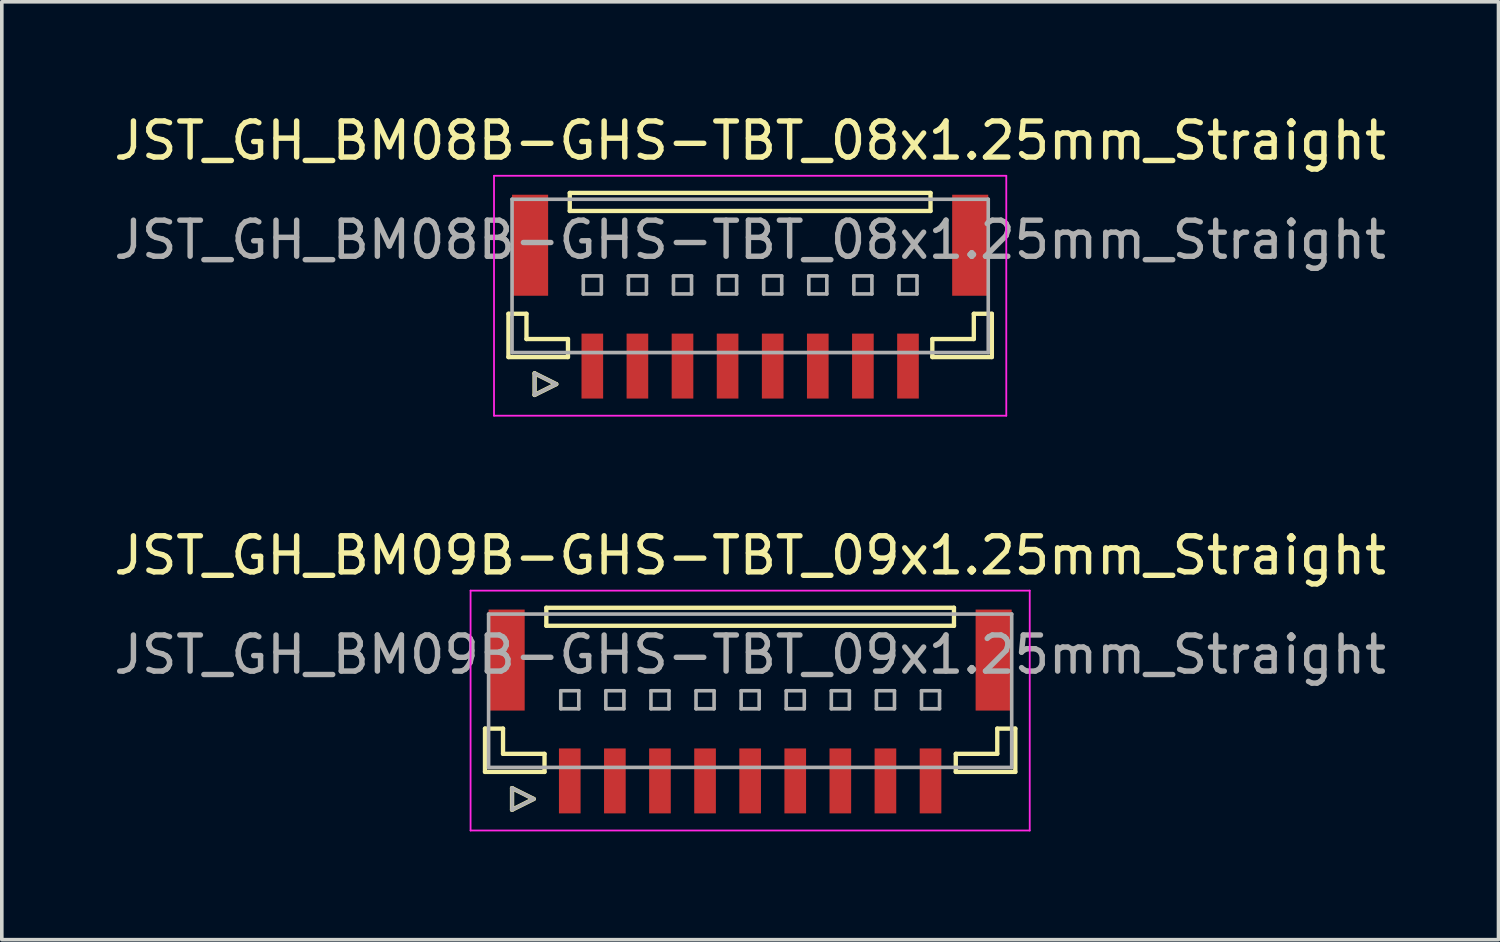
<source format=kicad_pcb>
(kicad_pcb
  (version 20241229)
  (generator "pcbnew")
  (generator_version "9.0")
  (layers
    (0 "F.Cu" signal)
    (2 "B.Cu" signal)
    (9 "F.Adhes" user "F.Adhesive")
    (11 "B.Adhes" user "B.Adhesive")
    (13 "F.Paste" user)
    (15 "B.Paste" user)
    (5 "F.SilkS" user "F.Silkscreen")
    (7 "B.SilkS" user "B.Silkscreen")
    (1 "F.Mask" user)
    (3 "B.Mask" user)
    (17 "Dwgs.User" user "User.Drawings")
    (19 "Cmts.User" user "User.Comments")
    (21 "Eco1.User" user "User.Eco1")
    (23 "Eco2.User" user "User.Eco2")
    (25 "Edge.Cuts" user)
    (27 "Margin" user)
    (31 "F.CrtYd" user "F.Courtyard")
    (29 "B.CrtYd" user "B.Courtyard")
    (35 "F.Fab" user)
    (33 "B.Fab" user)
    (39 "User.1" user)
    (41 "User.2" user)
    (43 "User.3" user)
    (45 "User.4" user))
  (footprint "JST_GH_BM09B-GHS-TBT_09x1.25mm_Straight"
    (layer "F.Cu")
    (at 17.744 16.922)
    (property "Reference" "JST_GH_BM09B-GHS-TBT_09x1.25mm_Straight" (at 0 -4.575 0) (layer "F.SilkS") (effects (font (size 1 1) (thickness 0.15))))
    (attr smd)
    (fp_line (start -7.35 0.225) (end -7.35 1.425) (stroke (width 0.12) (type solid)) (layer "F.SilkS"))
    (fp_line (start -7.35 1.425) (end -5.7 1.425) (stroke (width 0.12) (type solid)) (layer "F.SilkS"))
    (fp_line (start -6.85 0.225) (end -7.35 0.225) (stroke (width 0.12) (type solid)) (layer "F.SilkS"))
    (fp_line (start -6.85 0.925) (end -6.85 0.225) (stroke (width 0.12) (type solid)) (layer "F.SilkS"))
    (fp_line (start -6.6 1.875) (end -6 2.175) (stroke (width 0.12) (type solid)) (layer "F.SilkS"))
    (fp_line (start -6.6 2.475) (end -6.6 1.875) (stroke (width 0.12) (type solid)) (layer "F.SilkS"))
    (fp_line (start -6 2.175) (end -6.6 2.475) (stroke (width 0.12) (type solid)) (layer "F.SilkS"))
    (fp_line (start -5.7 0.925) (end -6.85 0.925) (stroke (width 0.12) (type solid)) (layer "F.SilkS"))
    (fp_line (start -5.7 1.425) (end -5.7 0.925) (stroke (width 0.12) (type solid)) (layer "F.SilkS"))
    (fp_line (start -5.65 -3.125) (end 5.65 -3.125) (stroke (width 0.12) (type solid)) (layer "F.SilkS"))
    (fp_line (start -5.65 -2.625) (end -5.65 -3.125) (stroke (width 0.12) (type solid)) (layer "F.SilkS"))
    (fp_line (start 5.65 -3.125) (end 5.65 -2.625) (stroke (width 0.12) (type solid)) (layer "F.SilkS"))
    (fp_line (start 5.65 -2.625) (end -5.65 -2.625) (stroke (width 0.12) (type solid)) (layer "F.SilkS"))
    (fp_line (start 5.7 0.925) (end 6.85 0.925) (stroke (width 0.12) (type solid)) (layer "F.SilkS"))
    (fp_line (start 5.7 1.425) (end 5.7 0.925) (stroke (width 0.12) (type solid)) (layer "F.SilkS"))
    (fp_line (start 6.85 0.225) (end 7.35 0.225) (stroke (width 0.12) (type solid)) (layer "F.SilkS"))
    (fp_line (start 6.85 0.925) (end 6.85 0.225) (stroke (width 0.12) (type solid)) (layer "F.SilkS"))
    (fp_line (start 7.35 0.225) (end 7.35 1.425) (stroke (width 0.12) (type solid)) (layer "F.SilkS"))
    (fp_line (start 7.35 1.425) (end 5.7 1.425) (stroke (width 0.12) (type solid)) (layer "F.SilkS"))
    (fp_line (start -7.75 -3.6) (end 7.75 -3.6) (stroke (width 0.05) (type solid)) (layer "F.CrtYd"))
    (fp_line (start -7.75 3.05) (end -7.75 -3.6) (stroke (width 0.05) (type solid)) (layer "F.CrtYd"))
    (fp_line (start 7.75 -3.6) (end 7.75 3.05) (stroke (width 0.05) (type solid)) (layer "F.CrtYd"))
    (fp_line (start 7.75 3.05) (end -7.75 3.05) (stroke (width 0.05) (type solid)) (layer "F.CrtYd"))
    (fp_line (start -7.25 -2.95) (end 7.25 -2.95) (stroke (width 0.1) (type solid)) (layer "F.Fab"))
    (fp_line (start -7.25 1.3) (end -7.25 -2.95) (stroke (width 0.1) (type solid)) (layer "F.Fab"))
    (fp_line (start -6.6 1.875) (end -6 2.175) (stroke (width 0.1) (type solid)) (layer "F.Fab"))
    (fp_line (start -6.6 2.475) (end -6.6 1.875) (stroke (width 0.1) (type solid)) (layer "F.Fab"))
    (fp_line (start -6 2.175) (end -6.6 2.475) (stroke (width 0.1) (type solid)) (layer "F.Fab"))
    (fp_line (start -5.25 -0.825) (end -4.75 -0.825) (stroke (width 0.1) (type solid)) (layer "F.Fab"))
    (fp_line (start -5.25 -0.325) (end -5.25 -0.825) (stroke (width 0.1) (type solid)) (layer "F.Fab"))
    (fp_line (start -4.75 -0.825) (end -4.75 -0.325) (stroke (width 0.1) (type solid)) (layer "F.Fab"))
    (fp_line (start -4.75 -0.325) (end -5.25 -0.325) (stroke (width 0.1) (type solid)) (layer "F.Fab"))
    (fp_line (start -4 -0.825) (end -3.5 -0.825) (stroke (width 0.1) (type solid)) (layer "F.Fab"))
    (fp_line (start -4 -0.325) (end -4 -0.825) (stroke (width 0.1) (type solid)) (layer "F.Fab"))
    (fp_line (start -3.5 -0.825) (end -3.5 -0.325) (stroke (width 0.1) (type solid)) (layer "F.Fab"))
    (fp_line (start -3.5 -0.325) (end -4 -0.325) (stroke (width 0.1) (type solid)) (layer "F.Fab"))
    (fp_line (start -2.75 -0.825) (end -2.25 -0.825) (stroke (width 0.1) (type solid)) (layer "F.Fab"))
    (fp_line (start -2.75 -0.325) (end -2.75 -0.825) (stroke (width 0.1) (type solid)) (layer "F.Fab"))
    (fp_line (start -2.25 -0.825) (end -2.25 -0.325) (stroke (width 0.1) (type solid)) (layer "F.Fab"))
    (fp_line (start -2.25 -0.325) (end -2.75 -0.325) (stroke (width 0.1) (type solid)) (layer "F.Fab"))
    (fp_line (start -1.5 -0.825) (end -1 -0.825) (stroke (width 0.1) (type solid)) (layer "F.Fab"))
    (fp_line (start -1.5 -0.325) (end -1.5 -0.825) (stroke (width 0.1) (type solid)) (layer "F.Fab"))
    (fp_line (start -1 -0.825) (end -1 -0.325) (stroke (width 0.1) (type solid)) (layer "F.Fab"))
    (fp_line (start -1 -0.325) (end -1.5 -0.325) (stroke (width 0.1) (type solid)) (layer "F.Fab"))
    (fp_line (start -0.25 -0.825) (end 0.25 -0.825) (stroke (width 0.1) (type solid)) (layer "F.Fab"))
    (fp_line (start -0.25 -0.325) (end -0.25 -0.825) (stroke (width 0.1) (type solid)) (layer "F.Fab"))
    (fp_line (start 0.25 -0.825) (end 0.25 -0.325) (stroke (width 0.1) (type solid)) (layer "F.Fab"))
    (fp_line (start 0.25 -0.325) (end -0.25 -0.325) (stroke (width 0.1) (type solid)) (layer "F.Fab"))
    (fp_line (start 1 -0.825) (end 1.5 -0.825) (stroke (width 0.1) (type solid)) (layer "F.Fab"))
    (fp_line (start 1 -0.325) (end 1 -0.825) (stroke (width 0.1) (type solid)) (layer "F.Fab"))
    (fp_line (start 1.5 -0.825) (end 1.5 -0.325) (stroke (width 0.1) (type solid)) (layer "F.Fab"))
    (fp_line (start 1.5 -0.325) (end 1 -0.325) (stroke (width 0.1) (type solid)) (layer "F.Fab"))
    (fp_line (start 2.25 -0.825) (end 2.75 -0.825) (stroke (width 0.1) (type solid)) (layer "F.Fab"))
    (fp_line (start 2.25 -0.325) (end 2.25 -0.825) (stroke (width 0.1) (type solid)) (layer "F.Fab"))
    (fp_line (start 2.75 -0.825) (end 2.75 -0.325) (stroke (width 0.1) (type solid)) (layer "F.Fab"))
    (fp_line (start 2.75 -0.325) (end 2.25 -0.325) (stroke (width 0.1) (type solid)) (layer "F.Fab"))
    (fp_line (start 3.5 -0.825) (end 4 -0.825) (stroke (width 0.1) (type solid)) (layer "F.Fab"))
    (fp_line (start 3.5 -0.325) (end 3.5 -0.825) (stroke (width 0.1) (type solid)) (layer "F.Fab"))
    (fp_line (start 4 -0.825) (end 4 -0.325) (stroke (width 0.1) (type solid)) (layer "F.Fab"))
    (fp_line (start 4 -0.325) (end 3.5 -0.325) (stroke (width 0.1) (type solid)) (layer "F.Fab"))
    (fp_line (start 4.75 -0.825) (end 5.25 -0.825) (stroke (width 0.1) (type solid)) (layer "F.Fab"))
    (fp_line (start 4.75 -0.325) (end 4.75 -0.825) (stroke (width 0.1) (type solid)) (layer "F.Fab"))
    (fp_line (start 5.25 -0.825) (end 5.25 -0.325) (stroke (width 0.1) (type solid)) (layer "F.Fab"))
    (fp_line (start 5.25 -0.325) (end 4.75 -0.325) (stroke (width 0.1) (type solid)) (layer "F.Fab"))
    (fp_line (start 7.25 -2.95) (end 7.25 1.3) (stroke (width 0.1) (type solid)) (layer "F.Fab"))
    (fp_line (start 7.25 1.3) (end -7.25 1.3) (stroke (width 0.1) (type solid)) (layer "F.Fab"))
    (fp_text user "${REFERENCE}" (at 0 -1.825 0) (layer "F.Fab") (effects (font (size 1 1) (thickness 0.15))))
    (pad "" smd rect (at -6.75 -1.675) (size 1 2.8) (layers "F.Cu" "F.Mask" "F.Paste"))
    (pad "" smd rect (at 6.75 -1.675) (size 1 2.8) (layers "F.Cu" "F.Mask" "F.Paste"))
    (pad "1" smd rect (at -5 1.675) (size 0.6 1.8) (layers "F.Cu" "F.Mask" "F.Paste"))
    (pad "2" smd rect (at -3.75 1.675) (size 0.6 1.8) (layers "F.Cu" "F.Mask" "F.Paste"))
    (pad "3" smd rect (at -2.5 1.675) (size 0.6 1.8) (layers "F.Cu" "F.Mask" "F.Paste"))
    (pad "4" smd rect (at -1.25 1.675) (size 0.6 1.8) (layers "F.Cu" "F.Mask" "F.Paste"))
    (pad "5" smd rect (at 0 1.675) (size 0.6 1.8) (layers "F.Cu" "F.Mask" "F.Paste"))
    (pad "6" smd rect (at 1.25 1.675) (size 0.6 1.8) (layers "F.Cu" "F.Mask" "F.Paste"))
    (pad "7" smd rect (at 2.5 1.675) (size 0.6 1.8) (layers "F.Cu" "F.Mask" "F.Paste"))
    (pad "8" smd rect (at 3.75 1.675) (size 0.6 1.8) (layers "F.Cu" "F.Mask" "F.Paste"))
    (pad "9" smd rect (at 5 1.675) (size 0.6 1.8) (layers "F.Cu" "F.Mask" "F.Paste")))
  (footprint "JST_GH_BM08B-GHS-TBT_08x1.25mm_Straight"
    (layer "F.Cu")
    (at 17.744 5.423)
    (property "Reference" "JST_GH_BM08B-GHS-TBT_08x1.25mm_Straight" (at 0 -4.575 0) (layer "F.SilkS") (effects (font (size 1 1) (thickness 0.15))))
    (attr smd)
    (fp_line (start -6.7 0.225) (end -6.7 1.425) (stroke (width 0.12) (type solid)) (layer "F.SilkS"))
    (fp_line (start -6.7 1.425) (end -5.05 1.425) (stroke (width 0.12) (type solid)) (layer "F.SilkS"))
    (fp_line (start -6.2 0.225) (end -6.7 0.225) (stroke (width 0.12) (type solid)) (layer "F.SilkS"))
    (fp_line (start -6.2 0.925) (end -6.2 0.225) (stroke (width 0.12) (type solid)) (layer "F.SilkS"))
    (fp_line (start -5.975 1.875) (end -5.375 2.175) (stroke (width 0.12) (type solid)) (layer "F.SilkS"))
    (fp_line (start -5.975 2.475) (end -5.975 1.875) (stroke (width 0.12) (type solid)) (layer "F.SilkS"))
    (fp_line (start -5.375 2.175) (end -5.975 2.475) (stroke (width 0.12) (type solid)) (layer "F.SilkS"))
    (fp_line (start -5.05 0.925) (end -6.2 0.925) (stroke (width 0.12) (type solid)) (layer "F.SilkS"))
    (fp_line (start -5.05 1.425) (end -5.05 0.925) (stroke (width 0.12) (type solid)) (layer "F.SilkS"))
    (fp_line (start -5 -3.125) (end 5 -3.125) (stroke (width 0.12) (type solid)) (layer "F.SilkS"))
    (fp_line (start -5 -2.625) (end -5 -3.125) (stroke (width 0.12) (type solid)) (layer "F.SilkS"))
    (fp_line (start 5 -3.125) (end 5 -2.625) (stroke (width 0.12) (type solid)) (layer "F.SilkS"))
    (fp_line (start 5 -2.625) (end -5 -2.625) (stroke (width 0.12) (type solid)) (layer "F.SilkS"))
    (fp_line (start 5.05 0.925) (end 6.2 0.925) (stroke (width 0.12) (type solid)) (layer "F.SilkS"))
    (fp_line (start 5.05 1.425) (end 5.05 0.925) (stroke (width 0.12) (type solid)) (layer "F.SilkS"))
    (fp_line (start 6.2 0.225) (end 6.7 0.225) (stroke (width 0.12) (type solid)) (layer "F.SilkS"))
    (fp_line (start 6.2 0.925) (end 6.2 0.225) (stroke (width 0.12) (type solid)) (layer "F.SilkS"))
    (fp_line (start 6.7 0.225) (end 6.7 1.425) (stroke (width 0.12) (type solid)) (layer "F.SilkS"))
    (fp_line (start 6.7 1.425) (end 5.05 1.425) (stroke (width 0.12) (type solid)) (layer "F.SilkS"))
    (fp_line (start -7.1 -3.6) (end 7.1 -3.6) (stroke (width 0.05) (type solid)) (layer "F.CrtYd"))
    (fp_line (start -7.1 3.05) (end -7.1 -3.6) (stroke (width 0.05) (type solid)) (layer "F.CrtYd"))
    (fp_line (start 7.1 -3.6) (end 7.1 3.05) (stroke (width 0.05) (type solid)) (layer "F.CrtYd"))
    (fp_line (start 7.1 3.05) (end -7.1 3.05) (stroke (width 0.05) (type solid)) (layer "F.CrtYd"))
    (fp_line (start -6.6 -2.95) (end 6.6 -2.95) (stroke (width 0.1) (type solid)) (layer "F.Fab"))
    (fp_line (start -6.6 1.3) (end -6.6 -2.95) (stroke (width 0.1) (type solid)) (layer "F.Fab"))
    (fp_line (start -5.975 1.875) (end -5.375 2.175) (stroke (width 0.1) (type solid)) (layer "F.Fab"))
    (fp_line (start -5.975 2.475) (end -5.975 1.875) (stroke (width 0.1) (type solid)) (layer "F.Fab"))
    (fp_line (start -5.375 2.175) (end -5.975 2.475) (stroke (width 0.1) (type solid)) (layer "F.Fab"))
    (fp_line (start -4.625 -0.825) (end -4.125 -0.825) (stroke (width 0.1) (type solid)) (layer "F.Fab"))
    (fp_line (start -4.625 -0.325) (end -4.625 -0.825) (stroke (width 0.1) (type solid)) (layer "F.Fab"))
    (fp_line (start -4.125 -0.825) (end -4.125 -0.325) (stroke (width 0.1) (type solid)) (layer "F.Fab"))
    (fp_line (start -4.125 -0.325) (end -4.625 -0.325) (stroke (width 0.1) (type solid)) (layer "F.Fab"))
    (fp_line (start -3.375 -0.825) (end -2.875 -0.825) (stroke (width 0.1) (type solid)) (layer "F.Fab"))
    (fp_line (start -3.375 -0.325) (end -3.375 -0.825) (stroke (width 0.1) (type solid)) (layer "F.Fab"))
    (fp_line (start -2.875 -0.825) (end -2.875 -0.325) (stroke (width 0.1) (type solid)) (layer "F.Fab"))
    (fp_line (start -2.875 -0.325) (end -3.375 -0.325) (stroke (width 0.1) (type solid)) (layer "F.Fab"))
    (fp_line (start -2.125 -0.825) (end -1.625 -0.825) (stroke (width 0.1) (type solid)) (layer "F.Fab"))
    (fp_line (start -2.125 -0.325) (end -2.125 -0.825) (stroke (width 0.1) (type solid)) (layer "F.Fab"))
    (fp_line (start -1.625 -0.825) (end -1.625 -0.325) (stroke (width 0.1) (type solid)) (layer "F.Fab"))
    (fp_line (start -1.625 -0.325) (end -2.125 -0.325) (stroke (width 0.1) (type solid)) (layer "F.Fab"))
    (fp_line (start -0.875 -0.825) (end -0.375 -0.825) (stroke (width 0.1) (type solid)) (layer "F.Fab"))
    (fp_line (start -0.875 -0.325) (end -0.875 -0.825) (stroke (width 0.1) (type solid)) (layer "F.Fab"))
    (fp_line (start -0.375 -0.825) (end -0.375 -0.325) (stroke (width 0.1) (type solid)) (layer "F.Fab"))
    (fp_line (start -0.375 -0.325) (end -0.875 -0.325) (stroke (width 0.1) (type solid)) (layer "F.Fab"))
    (fp_line (start 0.375 -0.825) (end 0.875 -0.825) (stroke (width 0.1) (type solid)) (layer "F.Fab"))
    (fp_line (start 0.375 -0.325) (end 0.375 -0.825) (stroke (width 0.1) (type solid)) (layer "F.Fab"))
    (fp_line (start 0.875 -0.825) (end 0.875 -0.325) (stroke (width 0.1) (type solid)) (layer "F.Fab"))
    (fp_line (start 0.875 -0.325) (end 0.375 -0.325) (stroke (width 0.1) (type solid)) (layer "F.Fab"))
    (fp_line (start 1.625 -0.825) (end 2.125 -0.825) (stroke (width 0.1) (type solid)) (layer "F.Fab"))
    (fp_line (start 1.625 -0.325) (end 1.625 -0.825) (stroke (width 0.1) (type solid)) (layer "F.Fab"))
    (fp_line (start 2.125 -0.825) (end 2.125 -0.325) (stroke (width 0.1) (type solid)) (layer "F.Fab"))
    (fp_line (start 2.125 -0.325) (end 1.625 -0.325) (stroke (width 0.1) (type solid)) (layer "F.Fab"))
    (fp_line (start 2.875 -0.825) (end 3.375 -0.825) (stroke (width 0.1) (type solid)) (layer "F.Fab"))
    (fp_line (start 2.875 -0.325) (end 2.875 -0.825) (stroke (width 0.1) (type solid)) (layer "F.Fab"))
    (fp_line (start 3.375 -0.825) (end 3.375 -0.325) (stroke (width 0.1) (type solid)) (layer "F.Fab"))
    (fp_line (start 3.375 -0.325) (end 2.875 -0.325) (stroke (width 0.1) (type solid)) (layer "F.Fab"))
    (fp_line (start 4.125 -0.825) (end 4.625 -0.825) (stroke (width 0.1) (type solid)) (layer "F.Fab"))
    (fp_line (start 4.125 -0.325) (end 4.125 -0.825) (stroke (width 0.1) (type solid)) (layer "F.Fab"))
    (fp_line (start 4.625 -0.825) (end 4.625 -0.325) (stroke (width 0.1) (type solid)) (layer "F.Fab"))
    (fp_line (start 4.625 -0.325) (end 4.125 -0.325) (stroke (width 0.1) (type solid)) (layer "F.Fab"))
    (fp_line (start 6.6 -2.95) (end 6.6 1.3) (stroke (width 0.1) (type solid)) (layer "F.Fab"))
    (fp_line (start 6.6 1.3) (end -6.6 1.3) (stroke (width 0.1) (type solid)) (layer "F.Fab"))
    (fp_text user "${REFERENCE}" (at 0 -1.825 0) (layer "F.Fab") (effects (font (size 1 1) (thickness 0.15))))
    (pad "" smd rect (at -6.1 -1.675) (size 1 2.8) (layers "F.Cu" "F.Mask" "F.Paste"))
    (pad "" smd rect (at 6.1 -1.675) (size 1 2.8) (layers "F.Cu" "F.Mask" "F.Paste"))
    (pad "1" smd rect (at -4.375 1.675) (size 0.6 1.8) (layers "F.Cu" "F.Mask" "F.Paste"))
    (pad "2" smd rect (at -3.125 1.675) (size 0.6 1.8) (layers "F.Cu" "F.Mask" "F.Paste"))
    (pad "3" smd rect (at -1.875 1.675) (size 0.6 1.8) (layers "F.Cu" "F.Mask" "F.Paste"))
    (pad "4" smd rect (at -0.625 1.675) (size 0.6 1.8) (layers "F.Cu" "F.Mask" "F.Paste"))
    (pad "5" smd rect (at 0.625 1.675) (size 0.6 1.8) (layers "F.Cu" "F.Mask" "F.Paste"))
    (pad "6" smd rect (at 1.875 1.675) (size 0.6 1.8) (layers "F.Cu" "F.Mask" "F.Paste"))
    (pad "7" smd rect (at 3.125 1.675) (size 0.6 1.8) (layers "F.Cu" "F.Mask" "F.Paste"))
    (pad "8" smd rect (at 4.375 1.675) (size 0.6 1.8) (layers "F.Cu" "F.Mask" "F.Paste")))
  (gr_rect
    (start -3 -3)
    (end 38.488 22.997)
    (stroke (width 0.1) (type default))
    (fill no)
    (layer "Edge.Cuts")))
</source>
